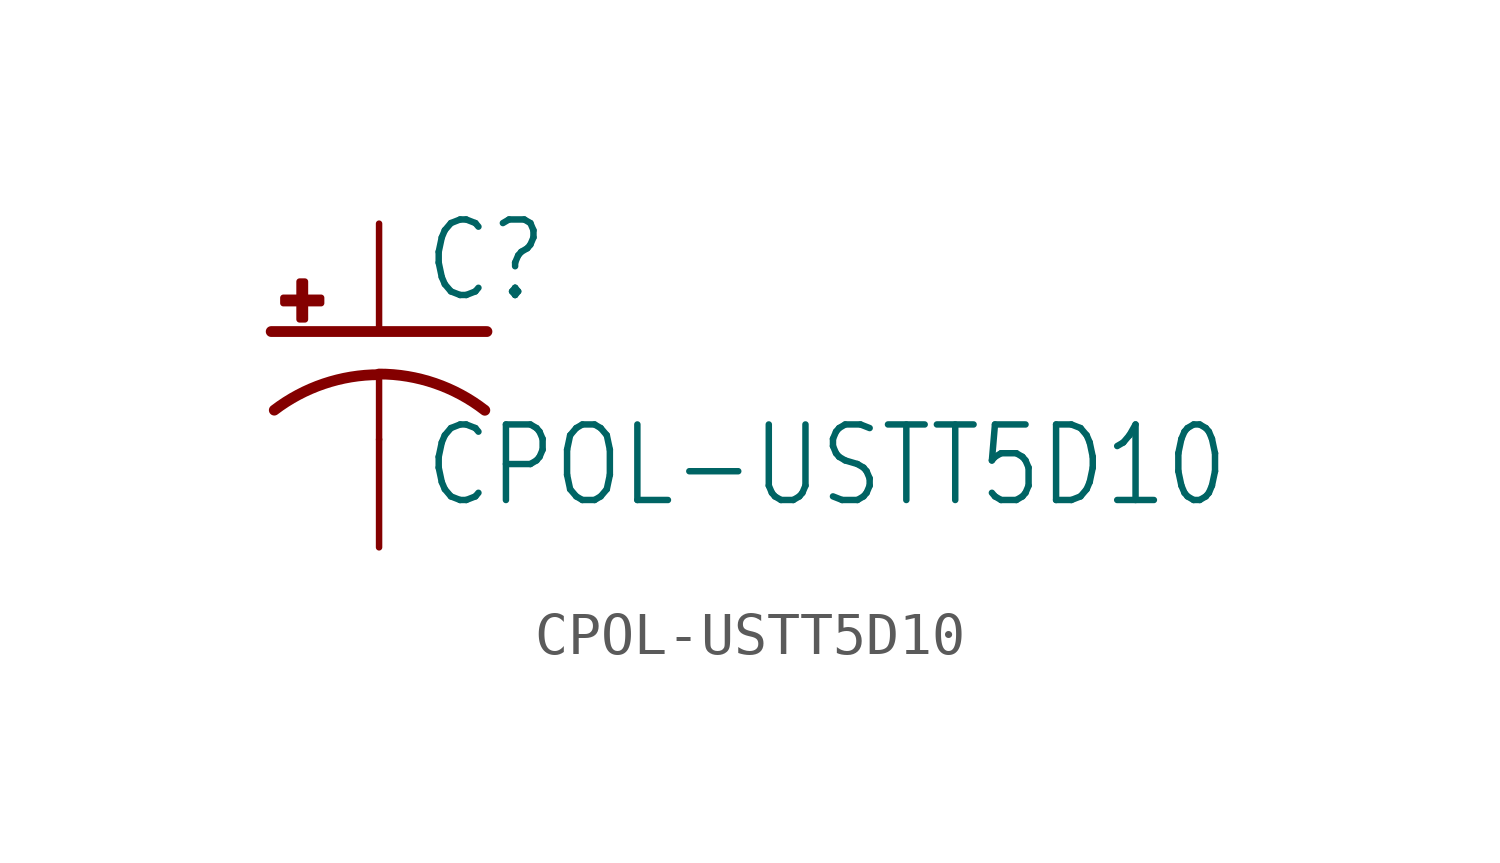
<source format=kicad_sym>
(kicad_symbol_lib
  (version 20220331)
  (generator kicad_symbol_editor)
  (symbol "CPOL-USTT5D10"
    (property "Reference" "C"
      (at 1.016 0.635 0)
      (effects (font (size 1.778 1.511)) (justify left bottom)))
    (property "Value" "CPOL-USTT5D10"
      (at 1.016 -4.191 0)
      (effects (font (size 1.778 1.511)) (justify left bottom)))
    (property "ki_locked" ""
      (at 0 0 0)
      (effects (font (size 1.27 1.27))))
    (symbol "CPOL-USTT5D10_1_0"
      (rectangle (start -2.253 0.668) (end -1.364 0.795) (stroke (width 0) (type default)) (fill (type outline)))
      (rectangle (start -1.872 0.287) (end -1.745 1.176) (stroke (width 0) (type default)) (fill (type outline)))
      (arc (start 0 -1.0161) (mid -1.3021 -1.2302) (end -2.4669 -1.8504) (stroke (width 0.254) (type solid)) (fill (type none)))
      (polyline (pts (xy -2.54 0) (xy 2.54 0)) (stroke (width 0.254) (type solid)) (fill (type none)))
      (polyline (pts (xy 0 -1.016) (xy 0 -2.54)) (stroke (width 0.152) (type solid)) (fill (type none)))
      (arc (start 2.4892 -1.8542) (mid 1.3158 -1.2195) (end 0 -1) (stroke (width 0.254) (type solid)) (fill (type none)))
      (pin passive line (at 0 2.54 270) (length 2.54) (name "+" (effects (font (size 0 0)))) (number "+" (effects (font (size 0 0)))))
      (pin passive line (at 0 -5.08 90) (length 2.54) (name "-" (effects (font (size 0 0)))) (number "-" (effects (font (size 0 0))))))))
</source>
